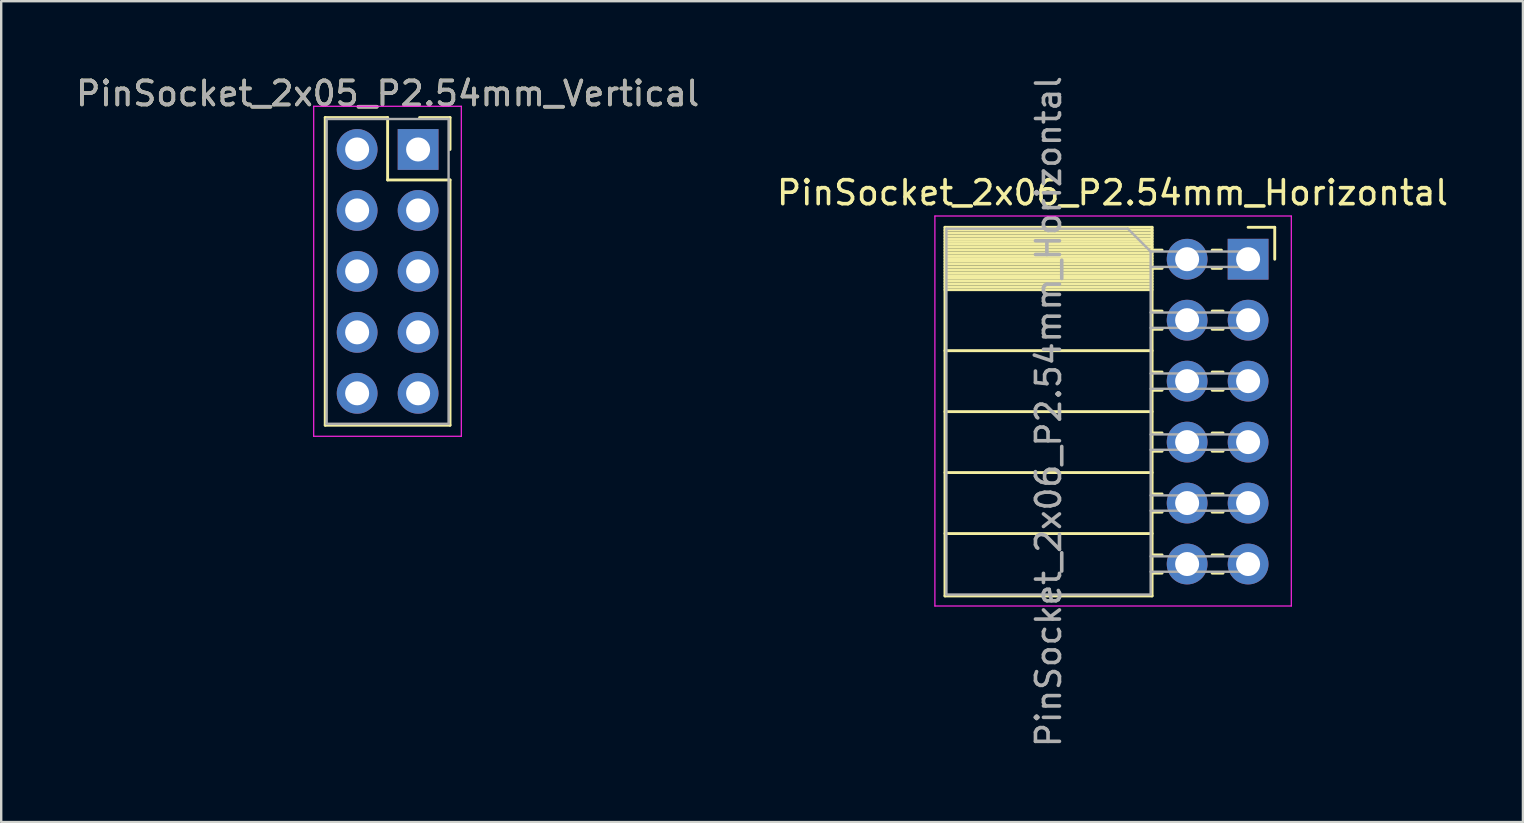
<source format=kicad_pcb>
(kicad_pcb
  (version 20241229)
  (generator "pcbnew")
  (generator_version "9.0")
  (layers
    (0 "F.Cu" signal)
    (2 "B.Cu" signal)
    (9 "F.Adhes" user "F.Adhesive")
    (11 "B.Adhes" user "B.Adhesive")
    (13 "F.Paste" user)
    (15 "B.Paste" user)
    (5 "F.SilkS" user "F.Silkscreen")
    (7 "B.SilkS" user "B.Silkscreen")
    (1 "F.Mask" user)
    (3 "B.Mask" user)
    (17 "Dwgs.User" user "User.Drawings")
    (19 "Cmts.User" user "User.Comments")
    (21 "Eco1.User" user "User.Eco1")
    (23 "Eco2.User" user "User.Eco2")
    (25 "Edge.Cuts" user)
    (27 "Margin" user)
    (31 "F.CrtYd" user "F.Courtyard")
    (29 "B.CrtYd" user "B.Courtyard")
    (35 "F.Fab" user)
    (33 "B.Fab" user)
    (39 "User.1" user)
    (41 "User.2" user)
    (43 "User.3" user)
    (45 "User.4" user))
  (footprint "PinSocket_2x06_P2.54mm_Horizontal"
    (layer "F.Cu")
    (at 48.954 7.751)
    (property "Reference" "PinSocket_2x06_P2.54mm_Horizontal" (at -5.65 -2.77 0) (layer "F.SilkS") (effects (font (size 1 1) (thickness 0.15))))
    (attr through_hole)
    (fp_line (start -12.63 -1.33) (end -12.63 14.03) (stroke (width 0.12) (type solid)) (layer "F.SilkS"))
    (fp_line (start -12.63 -1.33) (end -4 -1.33) (stroke (width 0.12) (type solid)) (layer "F.SilkS"))
    (fp_line (start -12.63 -1.21) (end -4 -1.21) (stroke (width 0.12) (type solid)) (layer "F.SilkS"))
    (fp_line (start -12.63 -1.092) (end -4 -1.092) (stroke (width 0.12) (type solid)) (layer "F.SilkS"))
    (fp_line (start -12.63 -0.974) (end -4 -0.974) (stroke (width 0.12) (type solid)) (layer "F.SilkS"))
    (fp_line (start -12.63 -0.856) (end -4 -0.856) (stroke (width 0.12) (type solid)) (layer "F.SilkS"))
    (fp_line (start -12.63 -0.738) (end -4 -0.738) (stroke (width 0.12) (type solid)) (layer "F.SilkS"))
    (fp_line (start -12.63 -0.62) (end -4 -0.62) (stroke (width 0.12) (type solid)) (layer "F.SilkS"))
    (fp_line (start -12.63 -0.501) (end -4 -0.501) (stroke (width 0.12) (type solid)) (layer "F.SilkS"))
    (fp_line (start -12.63 -0.383) (end -4 -0.383) (stroke (width 0.12) (type solid)) (layer "F.SilkS"))
    (fp_line (start -12.63 -0.265) (end -4 -0.265) (stroke (width 0.12) (type solid)) (layer "F.SilkS"))
    (fp_line (start -12.63 -0.147) (end -4 -0.147) (stroke (width 0.12) (type solid)) (layer "F.SilkS"))
    (fp_line (start -12.63 -0.029) (end -4 -0.029) (stroke (width 0.12) (type solid)) (layer "F.SilkS"))
    (fp_line (start -12.63 0.089) (end -4 0.089) (stroke (width 0.12) (type solid)) (layer "F.SilkS"))
    (fp_line (start -12.63 0.207) (end -4 0.207) (stroke (width 0.12) (type solid)) (layer "F.SilkS"))
    (fp_line (start -12.63 0.325) (end -4 0.325) (stroke (width 0.12) (type solid)) (layer "F.SilkS"))
    (fp_line (start -12.63 0.443) (end -4 0.443) (stroke (width 0.12) (type solid)) (layer "F.SilkS"))
    (fp_line (start -12.63 0.561) (end -4 0.561) (stroke (width 0.12) (type solid)) (layer "F.SilkS"))
    (fp_line (start -12.63 0.68) (end -4 0.68) (stroke (width 0.12) (type solid)) (layer "F.SilkS"))
    (fp_line (start -12.63 0.798) (end -4 0.798) (stroke (width 0.12) (type solid)) (layer "F.SilkS"))
    (fp_line (start -12.63 0.916) (end -4 0.916) (stroke (width 0.12) (type solid)) (layer "F.SilkS"))
    (fp_line (start -12.63 1.034) (end -4 1.034) (stroke (width 0.12) (type solid)) (layer "F.SilkS"))
    (fp_line (start -12.63 1.152) (end -4 1.152) (stroke (width 0.12) (type solid)) (layer "F.SilkS"))
    (fp_line (start -12.63 1.27) (end -4 1.27) (stroke (width 0.12) (type solid)) (layer "F.SilkS"))
    (fp_line (start -12.63 3.81) (end -4 3.81) (stroke (width 0.12) (type solid)) (layer "F.SilkS"))
    (fp_line (start -12.63 6.35) (end -4 6.35) (stroke (width 0.12) (type solid)) (layer "F.SilkS"))
    (fp_line (start -12.63 8.89) (end -4 8.89) (stroke (width 0.12) (type solid)) (layer "F.SilkS"))
    (fp_line (start -12.63 11.43) (end -4 11.43) (stroke (width 0.12) (type solid)) (layer "F.SilkS"))
    (fp_line (start -12.63 14.03) (end -4 14.03) (stroke (width 0.12) (type solid)) (layer "F.SilkS"))
    (fp_line (start -4 -1.33) (end -4 14.03) (stroke (width 0.12) (type solid)) (layer "F.SilkS"))
    (fp_line (start -4 -0.38) (end -3.583 -0.38) (stroke (width 0.12) (type solid)) (layer "F.SilkS"))
    (fp_line (start -4 0.38) (end -3.583 0.38) (stroke (width 0.12) (type solid)) (layer "F.SilkS"))
    (fp_line (start -4 2.16) (end -3.583 2.16) (stroke (width 0.12) (type solid)) (layer "F.SilkS"))
    (fp_line (start -4 2.92) (end -3.583 2.92) (stroke (width 0.12) (type solid)) (layer "F.SilkS"))
    (fp_line (start -4 4.7) (end -3.583 4.7) (stroke (width 0.12) (type solid)) (layer "F.SilkS"))
    (fp_line (start -4 5.46) (end -3.583 5.46) (stroke (width 0.12) (type solid)) (layer "F.SilkS"))
    (fp_line (start -4 7.24) (end -3.583 7.24) (stroke (width 0.12) (type solid)) (layer "F.SilkS"))
    (fp_line (start -4 8) (end -3.583 8) (stroke (width 0.12) (type solid)) (layer "F.SilkS"))
    (fp_line (start -4 9.78) (end -3.583 9.78) (stroke (width 0.12) (type solid)) (layer "F.SilkS"))
    (fp_line (start -4 10.54) (end -3.583 10.54) (stroke (width 0.12) (type solid)) (layer "F.SilkS"))
    (fp_line (start -4 12.32) (end -3.583 12.32) (stroke (width 0.12) (type solid)) (layer "F.SilkS"))
    (fp_line (start -4 13.08) (end -3.583 13.08) (stroke (width 0.12) (type solid)) (layer "F.SilkS"))
    (fp_line (start -1.497 -0.38) (end -1.11 -0.38) (stroke (width 0.12) (type solid)) (layer "F.SilkS"))
    (fp_line (start -1.497 0.38) (end -1.11 0.38) (stroke (width 0.12) (type solid)) (layer "F.SilkS"))
    (fp_line (start -1.497 2.16) (end -1.043 2.16) (stroke (width 0.12) (type solid)) (layer "F.SilkS"))
    (fp_line (start -1.497 2.92) (end -1.043 2.92) (stroke (width 0.12) (type solid)) (layer "F.SilkS"))
    (fp_line (start -1.497 4.7) (end -1.043 4.7) (stroke (width 0.12) (type solid)) (layer "F.SilkS"))
    (fp_line (start -1.497 5.46) (end -1.043 5.46) (stroke (width 0.12) (type solid)) (layer "F.SilkS"))
    (fp_line (start -1.497 7.24) (end -1.043 7.24) (stroke (width 0.12) (type solid)) (layer "F.SilkS"))
    (fp_line (start -1.497 8) (end -1.043 8) (stroke (width 0.12) (type solid)) (layer "F.SilkS"))
    (fp_line (start -1.497 9.78) (end -1.043 9.78) (stroke (width 0.12) (type solid)) (layer "F.SilkS"))
    (fp_line (start -1.497 10.54) (end -1.043 10.54) (stroke (width 0.12) (type solid)) (layer "F.SilkS"))
    (fp_line (start -1.497 12.32) (end -1.043 12.32) (stroke (width 0.12) (type solid)) (layer "F.SilkS"))
    (fp_line (start -1.497 13.08) (end -1.043 13.08) (stroke (width 0.12) (type solid)) (layer "F.SilkS"))
    (fp_line (start 0 -1.33) (end 1.11 -1.33) (stroke (width 0.12) (type solid)) (layer "F.SilkS"))
    (fp_line (start 1.11 -1.33) (end 1.11 0) (stroke (width 0.12) (type solid)) (layer "F.SilkS"))
    (fp_line (start -13.05 -1.8) (end -13.05 14.45) (stroke (width 0.05) (type solid)) (layer "F.CrtYd"))
    (fp_line (start -13.05 14.45) (end 1.8 14.45) (stroke (width 0.05) (type solid)) (layer "F.CrtYd"))
    (fp_line (start 1.8 -1.8) (end -13.05 -1.8) (stroke (width 0.05) (type solid)) (layer "F.CrtYd"))
    (fp_line (start 1.8 14.45) (end 1.8 -1.8) (stroke (width 0.05) (type solid)) (layer "F.CrtYd"))
    (fp_line (start -12.57 -1.27) (end -5.01 -1.27) (stroke (width 0.1) (type solid)) (layer "F.Fab"))
    (fp_line (start -12.57 13.97) (end -12.57 -1.27) (stroke (width 0.1) (type solid)) (layer "F.Fab"))
    (fp_line (start -5.01 -1.27) (end -4.06 -0.32) (stroke (width 0.1) (type solid)) (layer "F.Fab"))
    (fp_line (start -4.06 -0.32) (end -4.06 13.97) (stroke (width 0.1) (type solid)) (layer "F.Fab"))
    (fp_line (start -4.06 0.32) (end 0 0.32) (stroke (width 0.1) (type solid)) (layer "F.Fab"))
    (fp_line (start -4.06 2.86) (end 0 2.86) (stroke (width 0.1) (type solid)) (layer "F.Fab"))
    (fp_line (start -4.06 5.4) (end 0 5.4) (stroke (width 0.1) (type solid)) (layer "F.Fab"))
    (fp_line (start -4.06 7.94) (end 0 7.94) (stroke (width 0.1) (type solid)) (layer "F.Fab"))
    (fp_line (start -4.06 10.48) (end 0 10.48) (stroke (width 0.1) (type solid)) (layer "F.Fab"))
    (fp_line (start -4.06 13.02) (end 0 13.02) (stroke (width 0.1) (type solid)) (layer "F.Fab"))
    (fp_line (start -4.06 13.97) (end -12.57 13.97) (stroke (width 0.1) (type solid)) (layer "F.Fab"))
    (fp_line (start 0 -0.32) (end -4.06 -0.32) (stroke (width 0.1) (type solid)) (layer "F.Fab"))
    (fp_line (start 0 0.32) (end 0 -0.32) (stroke (width 0.1) (type solid)) (layer "F.Fab"))
    (fp_line (start 0 2.22) (end -4.06 2.22) (stroke (width 0.1) (type solid)) (layer "F.Fab"))
    (fp_line (start 0 2.86) (end 0 2.22) (stroke (width 0.1) (type solid)) (layer "F.Fab"))
    (fp_line (start 0 4.76) (end -4.06 4.76) (stroke (width 0.1) (type solid)) (layer "F.Fab"))
    (fp_line (start 0 5.4) (end 0 4.76) (stroke (width 0.1) (type solid)) (layer "F.Fab"))
    (fp_line (start 0 7.3) (end -4.06 7.3) (stroke (width 0.1) (type solid)) (layer "F.Fab"))
    (fp_line (start 0 7.94) (end 0 7.3) (stroke (width 0.1) (type solid)) (layer "F.Fab"))
    (fp_line (start 0 9.84) (end -4.06 9.84) (stroke (width 0.1) (type solid)) (layer "F.Fab"))
    (fp_line (start 0 10.48) (end 0 9.84) (stroke (width 0.1) (type solid)) (layer "F.Fab"))
    (fp_line (start 0 12.38) (end -4.06 12.38) (stroke (width 0.1) (type solid)) (layer "F.Fab"))
    (fp_line (start 0 13.02) (end 0 12.38) (stroke (width 0.1) (type solid)) (layer "F.Fab"))
    (fp_text user "${REFERENCE}" (at -8.315 6.35 90) (layer "F.Fab") (effects (font (size 1 1) (thickness 0.15))))
    (pad "1" thru_hole rect (at 0 0) (size 1.7 1.7) (drill 1) (layers "*.Cu" "*.Mask"))
    (pad "2" thru_hole oval (at -2.54 0) (size 1.7 1.7) (drill 1) (layers "*.Cu" "*.Mask"))
    (pad "3" thru_hole oval (at 0 2.54) (size 1.7 1.7) (drill 1) (layers "*.Cu" "*.Mask"))
    (pad "4" thru_hole oval (at -2.54 2.54) (size 1.7 1.7) (drill 1) (layers "*.Cu" "*.Mask"))
    (pad "5" thru_hole oval (at 0 5.08) (size 1.7 1.7) (drill 1) (layers "*.Cu" "*.Mask"))
    (pad "6" thru_hole oval (at -2.54 5.08) (size 1.7 1.7) (drill 1) (layers "*.Cu" "*.Mask"))
    (pad "7" thru_hole oval (at 0 7.62) (size 1.7 1.7) (drill 1) (layers "*.Cu" "*.Mask"))
    (pad "8" thru_hole oval (at -2.54 7.62) (size 1.7 1.7) (drill 1) (layers "*.Cu" "*.Mask"))
    (pad "9" thru_hole oval (at 0 10.16) (size 1.7 1.7) (drill 1) (layers "*.Cu" "*.Mask"))
    (pad "10" thru_hole oval (at -2.54 10.16) (size 1.7 1.7) (drill 1) (layers "*.Cu" "*.Mask"))
    (pad "11" thru_hole oval (at 0 12.7) (size 1.7 1.7) (drill 1) (layers "*.Cu" "*.Mask"))
    (pad "12" thru_hole oval (at -2.54 12.7) (size 1.7 1.7) (drill 1) (layers "*.Cu" "*.Mask")))
  (footprint "PinSocket_2x05_P2.54mm_Vertical"
    (layer "F.Cu")
    (at 14.371 3.178)
    (property "Reference" "PinSocket_2x05_P2.54mm_Vertical" (at -1.27 -2.33 0) (layer "F.SilkS") (effects (font (size 1 1) (thickness 0.15))))
    (attr through_hole)
    (fp_line (start -3.87 -1.33) (end -1.27 -1.33) (stroke (width 0.12) (type solid)) (layer "F.SilkS"))
    (fp_line (start -3.87 11.49) (end -3.87 -1.33) (stroke (width 0.12) (type solid)) (layer "F.SilkS"))
    (fp_line (start -1.27 -1.33) (end -1.27 1.27) (stroke (width 0.12) (type solid)) (layer "F.SilkS"))
    (fp_line (start -1.27 1.27) (end 1.33 1.27) (stroke (width 0.12) (type solid)) (layer "F.SilkS"))
    (fp_line (start 1.33 -1.33) (end 0.06 -1.33) (stroke (width 0.12) (type solid)) (layer "F.SilkS"))
    (fp_line (start 1.33 0) (end 1.33 -1.33) (stroke (width 0.12) (type solid)) (layer "F.SilkS"))
    (fp_line (start 1.33 1.27) (end 1.33 11.49) (stroke (width 0.12) (type solid)) (layer "F.SilkS"))
    (fp_line (start 1.33 11.49) (end -3.87 11.49) (stroke (width 0.12) (type solid)) (layer "F.SilkS"))
    (fp_line (start -4.35 -1.8) (end -4.35 11.95) (stroke (width 0.05) (type solid)) (layer "F.CrtYd"))
    (fp_line (start -4.35 11.95) (end 1.8 11.95) (stroke (width 0.05) (type solid)) (layer "F.CrtYd"))
    (fp_line (start 1.8 -1.8) (end -4.35 -1.8) (stroke (width 0.05) (type solid)) (layer "F.CrtYd"))
    (fp_line (start 1.8 11.95) (end 1.8 -1.8) (stroke (width 0.05) (type solid)) (layer "F.CrtYd"))
    (fp_line (start -3.81 -1.27) (end -3.81 11.43) (stroke (width 0.1) (type solid)) (layer "F.Fab"))
    (fp_line (start -3.81 11.43) (end 1.27 11.43) (stroke (width 0.1) (type solid)) (layer "F.Fab"))
    (fp_line (start 1.27 -1.27) (end -3.81 -1.27) (stroke (width 0.1) (type solid)) (layer "F.Fab"))
    (fp_line (start 1.27 11.43) (end 1.27 -1.27) (stroke (width 0.1) (type solid)) (layer "F.Fab"))
    (fp_text user "${REFERENCE}" (at -1.27 -2.33 0) (layer "F.Fab") (effects (font (size 1 1) (thickness 0.15))))
    (pad "1" thru_hole rect (at 0 0) (size 1.7 1.7) (drill 1) (layers "*.Cu" "*.Mask"))
    (pad "2" thru_hole oval (at -2.54 0) (size 1.7 1.7) (drill 1) (layers "*.Cu" "*.Mask"))
    (pad "3" thru_hole oval (at 0 2.54) (size 1.7 1.7) (drill 1) (layers "*.Cu" "*.Mask"))
    (pad "4" thru_hole oval (at -2.54 2.54) (size 1.7 1.7) (drill 1) (layers "*.Cu" "*.Mask"))
    (pad "5" thru_hole oval (at 0 5.08) (size 1.7 1.7) (drill 1) (layers "*.Cu" "*.Mask"))
    (pad "6" thru_hole oval (at -2.54 5.08) (size 1.7 1.7) (drill 1) (layers "*.Cu" "*.Mask"))
    (pad "7" thru_hole oval (at 0 7.62) (size 1.7 1.7) (drill 1) (layers "*.Cu" "*.Mask"))
    (pad "8" thru_hole oval (at -2.54 7.62) (size 1.7 1.7) (drill 1) (layers "*.Cu" "*.Mask"))
    (pad "9" thru_hole oval (at 0 10.16) (size 1.7 1.7) (drill 1) (layers "*.Cu" "*.Mask"))
    (pad "10" thru_hole oval (at -2.54 10.16) (size 1.7 1.7) (drill 1) (layers "*.Cu" "*.Mask")))
  (gr_rect
    (start -3 -3)
    (end 60.405 31.202)
    (stroke (width 0.1) (type default))
    (fill no)
    (layer "Edge.Cuts")))
</source>
